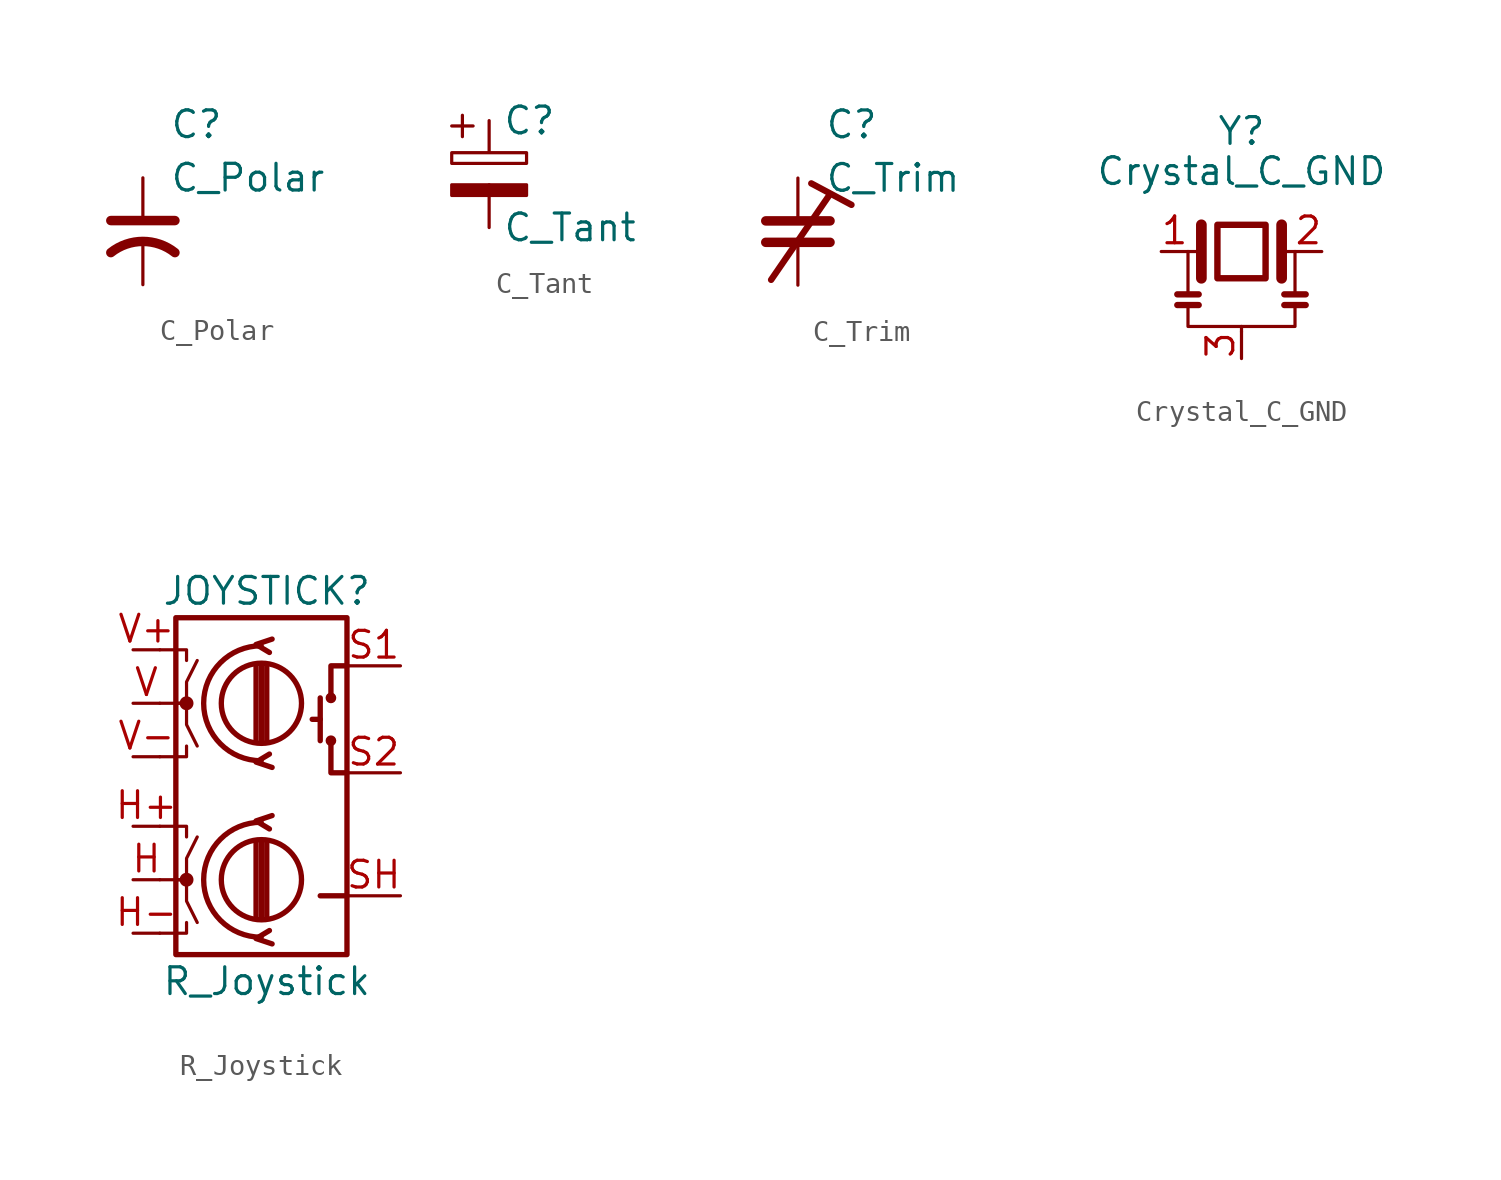
<source format=kicad_sym>
(kicad_symbol_lib
  (version 20220914)
  (generator kicad_symbol_editor)
  (symbol "C_Polar"
    (pin_numbers hide)
    (pin_names
      (offset 0.254) hide)
    (property "Reference" "C"
      (at 1.27 5.08 0)
      (effects (font (size 1.27 1.27)) (justify left)))
    (property "Value" "C_Polar"
      (at 1.27 2.54 0)
      (effects (font (size 1.27 1.27)) (justify left)))
    (symbol "C_Polar_1_1"
      (polyline (pts (xy -1.524 0.508) (xy 1.524 0.508)) (stroke (width 0.45) (type default)) (fill (type none)))
      (arc (start 1.524 -1.016) (mid 0 -0.4837) (end -1.524 -1.016) (stroke (width 0.45) (type default)) (fill (type none)))
      (pin passive line (at 0 2.54 270) (length 2.032) (name "~" (effects (font (size 1.27 1.27)))) (number "1" (effects (font (size 1.27 1.27)))))
      (pin passive line (at 0 -2.54 90) (length 2.032) (name "~" (effects (font (size 1.27 1.27)))) (number "2" (effects (font (size 1.27 1.27)))))))
  (symbol "C_Tant"
    (pin_numbers hide)
    (pin_names
      (offset 0.254))
    (property "Reference" "C"
      (at 0.635 2.54 0)
      (effects (font (size 1.27 1.27)) (justify left)))
    (property "Value" "C_Tant"
      (at 0.635 -2.54 0)
      (effects (font (size 1.27 1.27)) (justify left)))
    (symbol "C_Tant_0_1"
      (rectangle (start -1.778 -0.508) (end 1.778 -1.016) (stroke (width 0) (type default)) (fill (type outline)))
      (rectangle (start -1.778 1.016) (end 1.778 0.508) (stroke (width 0) (type default)) (fill (type none)))
      (polyline (pts (xy -1.778 2.286) (xy -0.762 2.286)) (stroke (width 0) (type default)) (fill (type none)))
      (polyline (pts (xy -1.27 2.794) (xy -1.27 1.778)) (stroke (width 0) (type default)) (fill (type none))))
    (symbol "C_Tant_1_1"
      (pin passive line (at 0 2.54 270) (length 1.45) (name "~" (effects (font (size 1.27 1.27)))) (number "1" (effects (font (size 1.27 1.27)))))
      (pin passive line (at 0 -2.54 90) (length 2.032) (name "~" (effects (font (size 1.27 1.27)))) (number "2" (effects (font (size 1.27 1.27)))))))
  (symbol "C_Trim"
    (pin_numbers hide)
    (pin_names
      (offset 0.254) hide)
    (property "Reference" "C"
      (at 1.27 5.08 0)
      (effects (font (size 1.27 1.27)) (justify left)))
    (property "Value" "C_Trim"
      (at 1.27 2.54 0)
      (effects (font (size 1.27 1.27)) (justify left)))
    (symbol "C_Trim_0_1"
      (polyline (pts (xy 1.524 1.778) (xy -1.27 -2.286)) (stroke (width 0.305) (type default)) (fill (type none)))
      (polyline (pts (xy 2.54 1.27) (xy 0.635 2.286)) (stroke (width 0.305) (type default)) (fill (type none))))
    (symbol "C_Trim_1_1"
      (polyline (pts (xy -1.524 -0.508) (xy 1.524 -0.508)) (stroke (width 0.45) (type default)) (fill (type none)))
      (polyline (pts (xy -1.524 0.508) (xy 1.524 0.508)) (stroke (width 0.45) (type default)) (fill (type none)))
      (pin passive line (at 0 2.54 270) (length 2.032) (name "~" (effects (font (size 1.27 1.27)))) (number "1" (effects (font (size 1.27 1.27)))))
      (pin passive line (at 0 -2.54 90) (length 2.032) (name "~" (effects (font (size 1.27 1.27)))) (number "2" (effects (font (size 1.27 1.27)))))))
  (symbol "Crystal_C_GND"
    (pin_names
      (offset 1.016) hide)
    (property "Reference" "Y"
      (at 0 5.715 0)
      (effects (font (size 1.27 1.27))))
    (property "Value" "Crystal_C_GND"
      (at 0 3.81 0)
      (effects (font (size 1.27 1.27))))
    (symbol "Crystal_C_GND_0_1"
      (rectangle (start -1.143 1.27) (end 1.143 -1.27) (stroke (width 0.305) (type default)) (fill (type none)))
      (polyline (pts (xy -2.54 0) (xy -1.905 0)) (stroke (width 0) (type default)) (fill (type none)))
      (polyline (pts (xy -1.905 -1.27) (xy -1.905 1.27)) (stroke (width 0.508) (type default)) (fill (type none)))
      (polyline (pts (xy 0 -3.81) (xy 0 -3.556)) (stroke (width 0) (type default)) (fill (type none)))
      (polyline (pts (xy 1.905 0) (xy 2.54 0)) (stroke (width 0) (type default)) (fill (type none)))
      (polyline (pts (xy 1.905 1.27) (xy 1.905 -1.27)) (stroke (width 0.508) (type default)) (fill (type none)))
      (polyline (pts (xy -2.54 -2.54) (xy -2.54 -3.556) (xy 2.54 -3.556) (xy 2.54 -2.54)) (stroke (width 0) (type default)) (fill (type none))))
    (symbol "Crystal_C_GND_1_1"
      (polyline (pts (xy -3.048 -2.54) (xy -2.032 -2.54)) (stroke (width 0.3) (type default)) (fill (type none)))
      (polyline (pts (xy -3.048 -2.032) (xy -2.032 -2.032)) (stroke (width 0.3) (type default)) (fill (type none)))
      (polyline (pts (xy -2.54 0) (xy -2.54 -2.032)) (stroke (width 0) (type default)) (fill (type none)))
      (polyline (pts (xy 2.032 -2.54) (xy 3.048 -2.54)) (stroke (width 0.3) (type default)) (fill (type none)))
      (polyline (pts (xy 2.032 -2.032) (xy 3.048 -2.032)) (stroke (width 0.3) (type default)) (fill (type none)))
      (polyline (pts (xy 2.54 0) (xy 2.54 -2.032)) (stroke (width 0) (type default)) (fill (type none)))
      (pin passive line (at -3.81 0 0) (length 1.27) (name "1" (effects (font (size 1.27 1.27)))) (number "1" (effects (font (size 1.27 1.27)))))
      (pin passive line (at 3.81 0 180) (length 1.27) (name "2" (effects (font (size 1.27 1.27)))) (number "2" (effects (font (size 1.27 1.27)))))
      (pin passive line (at 0 -5.08 90) (length 1.27) (name "3" (effects (font (size 1.27 1.27)))) (number "3" (effects (font (size 1.27 1.27)))))))
  (symbol "R_Joystick"
    (pin_names
      (offset 0.254) hide)
    (property "Reference" "JOYSTICK"
      (at 0.254 9.398 0)
      (effects (font (size 1.27 1.27))))
    (property "Value" "R_Joystick"
      (at 0.254 -9.144 0)
      (effects (font (size 1.27 1.27))))
    (symbol "R_Joystick_0_1"
      (circle (center -3.556 -4.318) (radius 0.254) (stroke (width 0) (type default)) (fill (type outline)))
      (circle (center -3.556 4.064) (radius 0.254) (stroke (width 0) (type default)) (fill (type outline)))
      (arc (start -0.0127 -1.5875) (mid -2.7305 -4.318) (end -0.0127 -7.0485) (stroke (width 0.254) (type default)) (fill (type none)))
      (arc (start -0.0127 6.7945) (mid -2.7305 4.064) (end -0.0127 1.3335) (stroke (width 0.254) (type default)) (fill (type none)))
      (circle (center 0 -4.318) (radius 1.905) (stroke (width 0.254) (type default)) (fill (type none)))
      (polyline (pts (xy -0.254 -6.096) (xy -0.254 -2.54)) (stroke (width 0.254) (type default)) (fill (type none)))
      (polyline (pts (xy -0.254 2.286) (xy -0.254 5.842)) (stroke (width 0.254) (type default)) (fill (type none)))
      (polyline (pts (xy 0 -6.096) (xy 0 -2.54)) (stroke (width 0.254) (type default)) (fill (type none)))
      (polyline (pts (xy 0 2.286) (xy 0 5.842)) (stroke (width 0.254) (type default)) (fill (type none)))
      (polyline (pts (xy 0.254 -2.54) (xy 0.254 -6.096)) (stroke (width 0.254) (type default)) (fill (type none)))
      (polyline (pts (xy 0.254 5.842) (xy 0.254 2.286)) (stroke (width 0.254) (type default)) (fill (type none)))
      (polyline (pts (xy 2.794 3.302) (xy 2.413 3.302)) (stroke (width 0.254) (type default)) (fill (type none)))
      (polyline (pts (xy 2.794 4.318) (xy 2.794 2.286)) (stroke (width 0.254) (type default)) (fill (type none)))
      (polyline (pts (xy -4.826 -6.858) (xy -3.556 -6.858) (xy -3.556 -6.35)) (stroke (width 0) (type default)) (fill (type none)))
      (polyline (pts (xy -4.826 -1.778) (xy -3.556 -1.778) (xy -3.556 -2.286)) (stroke (width 0) (type default)) (fill (type none)))
      (polyline (pts (xy -4.826 1.524) (xy -3.556 1.524) (xy -3.556 2.032)) (stroke (width 0) (type default)) (fill (type none)))
      (polyline (pts (xy -4.826 6.604) (xy -3.556 6.604) (xy -3.556 6.096)) (stroke (width 0) (type default)) (fill (type none)))
      (polyline (pts (xy 0.508 -7.366) (xy -0.254 -7.112) (xy 0.381 -6.731)) (stroke (width 0.254) (type default)) (fill (type none)))
      (polyline (pts (xy 0.508 -1.27) (xy -0.254 -1.524) (xy 0.381 -1.905)) (stroke (width 0.254) (type default)) (fill (type none)))
      (polyline (pts (xy 0.508 1.016) (xy -0.254 1.27) (xy 0.381 1.651)) (stroke (width 0.254) (type default)) (fill (type none)))
      (polyline (pts (xy 0.508 7.112) (xy -0.254 6.858) (xy 0.381 6.477)) (stroke (width 0.254) (type default)) (fill (type none)))
      (polyline (pts (xy 4.064 -5.08) (xy 3.302 -5.08) (xy 2.794 -5.08)) (stroke (width 0.254) (type default)) (fill (type none)))
      (polyline (pts (xy 4.064 0.762) (xy 3.302 0.762) (xy 3.302 2.286)) (stroke (width 0.254) (type default)) (fill (type none)))
      (polyline (pts (xy 4.064 5.842) (xy 3.302 5.842) (xy 3.302 4.318)) (stroke (width 0.254) (type default)) (fill (type none)))
      (polyline (pts (xy -4.826 -4.318) (xy -3.556 -4.318) (xy -3.556 -5.334) (xy -3.048 -6.35)) (stroke (width 0) (type default)) (fill (type none)))
      (polyline (pts (xy -4.826 4.064) (xy -3.556 4.064) (xy -3.556 3.048) (xy -3.048 2.032)) (stroke (width 0) (type default)) (fill (type none)))
      (polyline (pts (xy -4.064 -4.318) (xy -3.556 -4.318) (xy -3.556 -3.302) (xy -3.048 -2.286)) (stroke (width 0) (type default)) (fill (type none)))
      (polyline (pts (xy -4.064 4.064) (xy -3.556 4.064) (xy -3.556 5.08) (xy -3.048 6.096)) (stroke (width 0) (type default)) (fill (type none)))
      (circle (center 0 4.064) (radius 1.905) (stroke (width 0.254) (type default)) (fill (type none)))
      (circle (center 3.302 2.286) (radius 0.127) (stroke (width 0.254) (type default)) (fill (type none)))
      (circle (center 3.302 4.318) (radius 0.127) (stroke (width 0.254) (type default)) (fill (type none))))
    (symbol "R_Joystick_1_1"
      (rectangle (start -4.064 8.128) (end 4.064 -7.874) (stroke (width 0.254) (type default)) (fill (type none)))
      (pin passive line (at -6.096 -4.318 0) (length 1.27) (name "H" (effects (font (size 1.27 1.27)))) (number "H" (effects (font (size 1.27 1.27)))))
      (pin passive line (at -6.096 -1.778 0) (length 1.27) (name "H+" (effects (font (size 1.27 1.27)))) (number "H+" (effects (font (size 1.27 1.27)))))
      (pin passive line (at -6.096 -6.858 0) (length 1.27) (name "H-" (effects (font (size 1.27 1.27)))) (number "H-" (effects (font (size 1.27 1.27)))))
      (pin passive line (at 6.604 5.842 180) (length 2.54) (name "S1" (effects (font (size 1.27 1.27)))) (number "S1" (effects (font (size 1.27 1.27)))))
      (pin passive line (at 6.604 0.762 180) (length 2.54) (name "S2" (effects (font (size 1.27 1.27)))) (number "S2" (effects (font (size 1.27 1.27)))))
      (pin passive line (at 6.604 -5.08 180) (length 2.54) (name "SH" (effects (font (size 1.27 1.27)))) (number "SH" (effects (font (size 1.27 1.27)))))
      (pin passive line (at -6.096 4.064 0) (length 1.27) (name "V" (effects (font (size 1.27 1.27)))) (number "V" (effects (font (size 1.27 1.27)))))
      (pin passive line (at -6.096 6.604 0) (length 1.27) (name "V+" (effects (font (size 1.27 1.27)))) (number "V+" (effects (font (size 1.27 1.27)))))
      (pin passive line (at -6.096 1.524 0) (length 1.27) (name "V-" (effects (font (size 1.27 1.27)))) (number "V-" (effects (font (size 1.27 1.27))))))))
</source>
